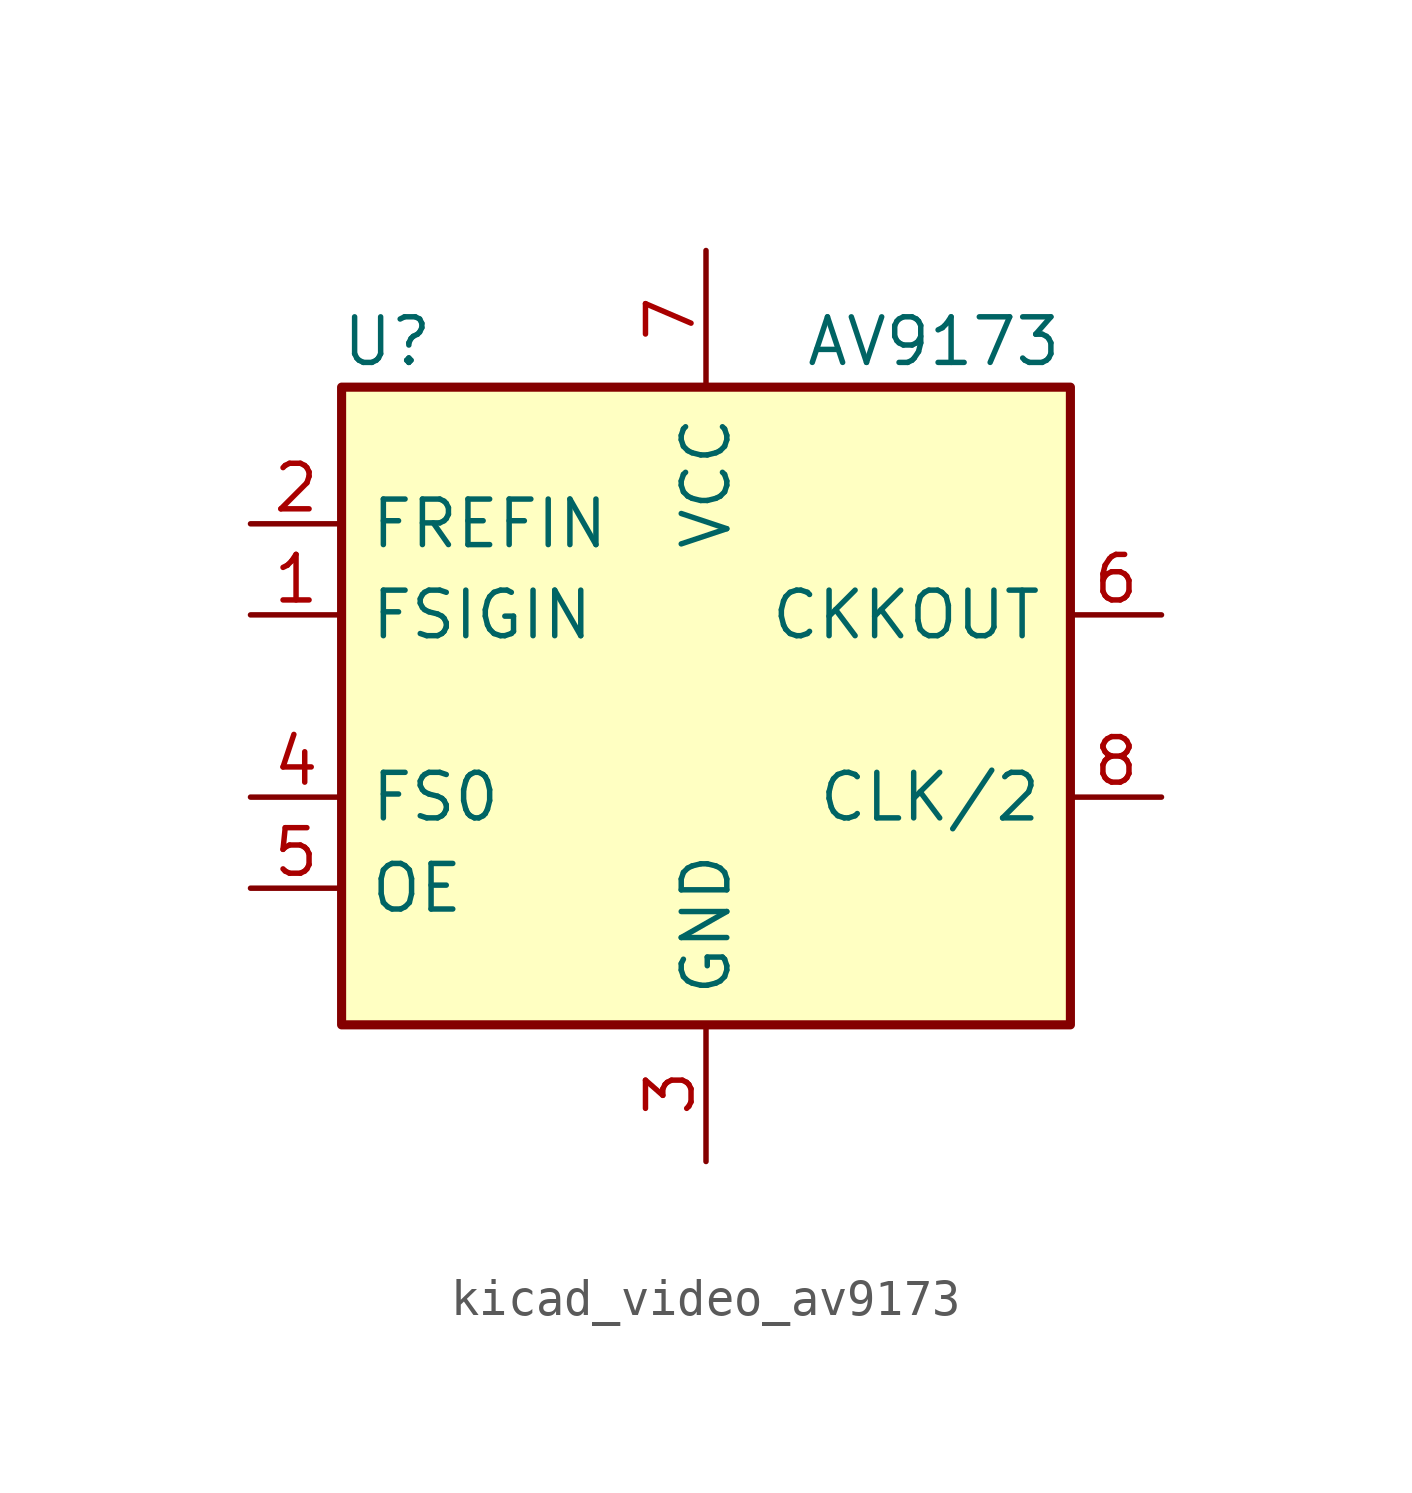
<source format=kicad_sym>
(kicad_symbol_lib
  (version 20220914)
  (generator kicad_symbol_editor)
  (symbol "kicad_video_av9173"
    (pin_names
      (offset 0.762))
    (property "Reference" "U"
      (at -8.89 10.16 0)
      (effects (font (size 1.27 1.27))))
    (property "Value" "AV9173"
      (at 6.35 10.16 0)
      (effects (font (size 1.27 1.27))))
    (symbol "kicad_video_av9173_0_1"
      (rectangle (start -10.16 8.89) (end 10.16 -8.89) (stroke (width 0.254) (type default)) (fill (type background))))
    (symbol "kicad_video_av9173_1_1"
      (pin input line (at -12.7 2.54 0) (length 2.54) (name "FSIGIN" (effects (font (size 1.27 1.27)))) (number "1" (effects (font (size 1.27 1.27)))))
      (pin input line (at -12.7 5.08 0) (length 2.54) (name "FREFIN" (effects (font (size 1.27 1.27)))) (number "2" (effects (font (size 1.27 1.27)))))
      (pin input line (at 0 -12.7 90) (length 3.81) (name "GND" (effects (font (size 1.27 1.27)))) (number "3" (effects (font (size 1.27 1.27)))))
      (pin input line (at -12.7 -2.54 0) (length 2.54) (name "FS0" (effects (font (size 1.27 1.27)))) (number "4" (effects (font (size 1.27 1.27)))))
      (pin input line (at -12.7 -5.08 0) (length 2.54) (name "OE" (effects (font (size 1.27 1.27)))) (number "5" (effects (font (size 1.27 1.27)))))
      (pin tri_state line (at 12.7 2.54 180) (length 2.54) (name "CKKOUT" (effects (font (size 1.27 1.27)))) (number "6" (effects (font (size 1.27 1.27)))))
      (pin input line (at 0 12.7 270) (length 3.81) (name "VCC" (effects (font (size 1.27 1.27)))) (number "7" (effects (font (size 1.27 1.27)))))
      (pin tri_state line (at 12.7 -2.54 180) (length 2.54) (name "CLK/2" (effects (font (size 1.27 1.27)))) (number "8" (effects (font (size 1.27 1.27))))))))
</source>
